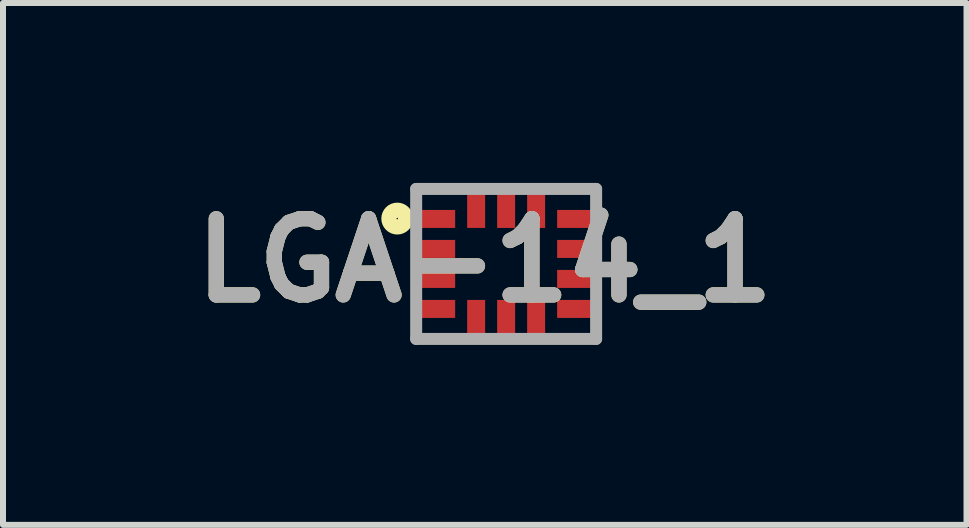
<source format=kicad_pcb>
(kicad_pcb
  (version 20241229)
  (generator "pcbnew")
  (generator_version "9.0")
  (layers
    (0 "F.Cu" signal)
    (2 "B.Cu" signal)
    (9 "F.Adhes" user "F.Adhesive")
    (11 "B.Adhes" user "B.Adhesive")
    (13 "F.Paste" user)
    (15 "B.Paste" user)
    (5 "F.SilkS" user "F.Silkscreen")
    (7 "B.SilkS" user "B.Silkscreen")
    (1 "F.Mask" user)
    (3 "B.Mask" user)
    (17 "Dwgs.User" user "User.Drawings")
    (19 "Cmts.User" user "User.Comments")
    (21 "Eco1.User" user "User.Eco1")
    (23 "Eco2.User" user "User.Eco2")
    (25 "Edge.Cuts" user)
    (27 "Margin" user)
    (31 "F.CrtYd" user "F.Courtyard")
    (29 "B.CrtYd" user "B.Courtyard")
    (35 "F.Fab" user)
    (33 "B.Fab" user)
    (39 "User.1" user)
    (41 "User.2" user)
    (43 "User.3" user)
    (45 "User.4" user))
  (footprint "LGA-14_1"
    (layer "F.Cu")
    (at 5.388 1.35)
    (property "Reference" "LGA-14_1" (at -0.357 -0.058 0) (layer "F.SilkS") (effects (font (size 1.27 1.27) (thickness 0.254))))
    (attr smd)
    (fp_circle (center -1.815 -0.756) (end -1.815 -0.744) (stroke (width 0.254) (type solid)) (fill no) (layer "F.SilkS"))
    (fp_line (start -1.5 -1.25) (end 1.5 -1.25) (stroke (width 0.2) (type solid)) (layer "F.Fab"))
    (fp_line (start -1.5 1.25) (end -1.5 -1.25) (stroke (width 0.2) (type solid)) (layer "F.Fab"))
    (fp_line (start 1.5 -1.25) (end 1.5 1.25) (stroke (width 0.2) (type solid)) (layer "F.Fab"))
    (fp_line (start 1.5 1.25) (end -1.5 1.25) (stroke (width 0.2) (type solid)) (layer "F.Fab"))
    (fp_text user "${REFERENCE}" (at -0.357 -0.058 0) (layer "F.Fab") (effects (font (size 1.27 1.27) (thickness 0.254))))
    (pad "1" smd rect (at -1.15 -0.75 90) (size 0.3 0.6) (layers "F.Cu" "F.Mask" "F.Paste"))
    (pad "2" smd rect (at -1.15 -0.25 90) (size 0.3 0.6) (layers "F.Cu" "F.Mask" "F.Paste"))
    (pad "3" smd rect (at -1.15 0.25 90) (size 0.3 0.6) (layers "F.Cu" "F.Mask" "F.Paste"))
    (pad "4" smd rect (at -1.15 0.75 90) (size 0.3 0.6) (layers "F.Cu" "F.Mask" "F.Paste"))
    (pad "5" smd rect (at -0.5 0.9) (size 0.3 0.6) (layers "F.Cu" "F.Mask" "F.Paste"))
    (pad "6" smd rect (at 0 0.9) (size 0.3 0.6) (layers "F.Cu" "F.Mask" "F.Paste"))
    (pad "7" smd rect (at 0.5 0.9) (size 0.3 0.6) (layers "F.Cu" "F.Mask" "F.Paste"))
    (pad "8" smd rect (at 1.15 0.75 90) (size 0.3 0.6) (layers "F.Cu" "F.Mask" "F.Paste"))
    (pad "9" smd rect (at 1.15 0.25 90) (size 0.3 0.6) (layers "F.Cu" "F.Mask" "F.Paste"))
    (pad "10" smd rect (at 1.15 -0.25 90) (size 0.3 0.6) (layers "F.Cu" "F.Mask" "F.Paste"))
    (pad "11" smd rect (at 1.15 -0.75 90) (size 0.3 0.6) (layers "F.Cu" "F.Mask" "F.Paste"))
    (pad "12" smd rect (at 0.5 -0.9) (size 0.3 0.6) (layers "F.Cu" "F.Mask" "F.Paste"))
    (pad "13" smd rect (at 0 -0.9) (size 0.3 0.6) (layers "F.Cu" "F.Mask" "F.Paste"))
    (pad "14" smd rect (at -0.5 -0.9) (size 0.3 0.6) (layers "F.Cu" "F.Mask" "F.Paste")))
  (gr_rect
    (start -3 -3)
    (end 13.063 5.7)
    (stroke (width 0.1) (type default))
    (fill no)
    (layer "Edge.Cuts")))
</source>
